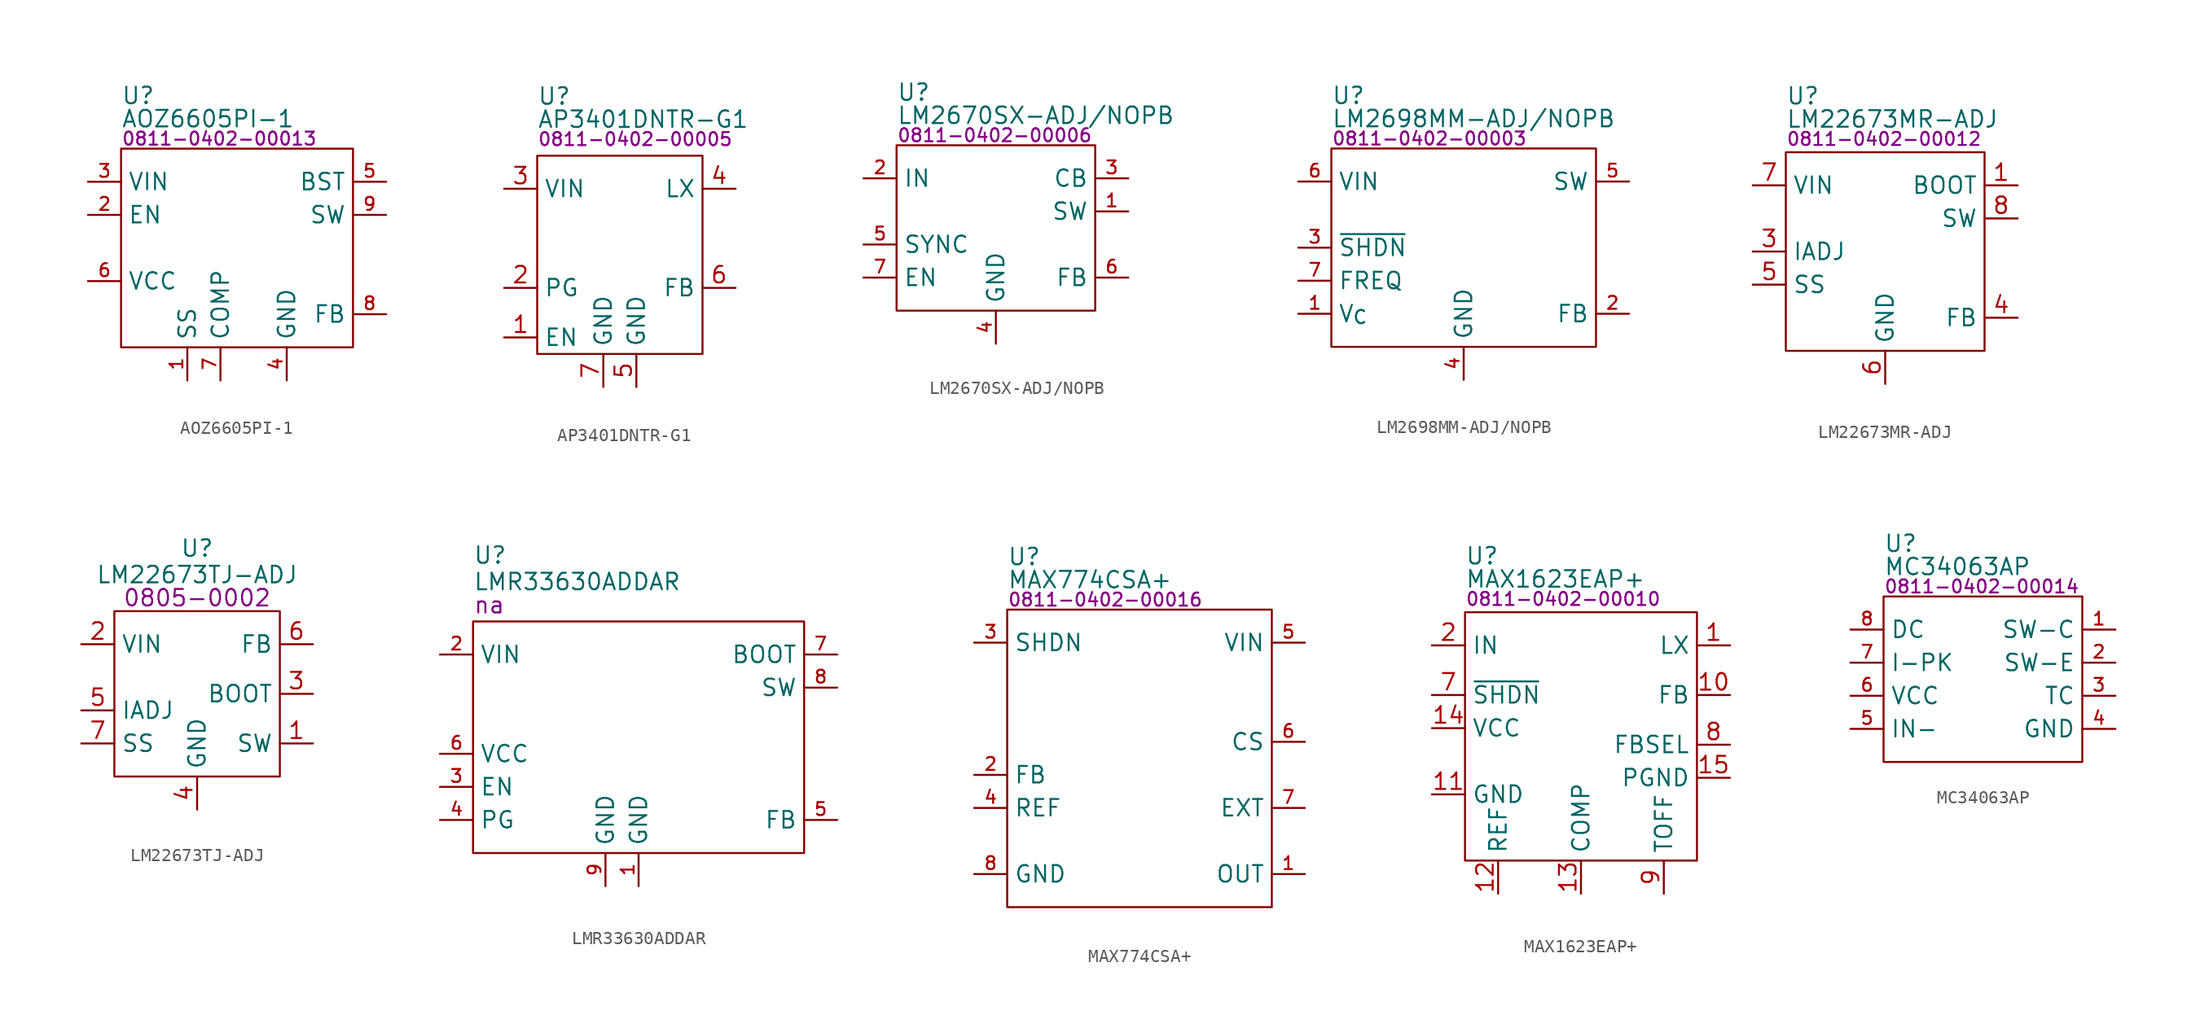
<source format=kicad_sym>
(kicad_symbol_lib
  (version 20231120)
  (generator "kicad_symbol_editor")
  (generator_version "8.0")
  (symbol "AOZ6605PI-1"
    (property "Reference" "U"
      (at 0 4.064 0)
      (effects (font (size 1.27 1.27)) (justify left)))
    (property "Value" "AOZ6605PI-1"
      (at 0 2.286 0)
      (effects (font (size 1.27 1.27)) (justify left)))
    (property "PartNumber" "0811-0402-00013"
      (at 0 0.762 0)
      (effects (font (size 1 1)) (justify left)))
    (symbol "AOZ6605PI-1_0_0"
      (pin input line (at 5.08 -17.78 90) (length 2.54) (name "SS" (effects (font (size 1.27 1.27)))) (number "1" (effects (font (size 0.991 0.991)))))
      (pin input line (at -2.54 -5.08 0) (length 2.54) (name "EN" (effects (font (size 1.27 1.27)))) (number "2" (effects (font (size 0.991 0.991)))))
      (pin power_in line (at -2.54 -2.54 0) (length 2.54) (name "VIN" (effects (font (size 1.27 1.27)))) (number "3" (effects (font (size 0.991 0.991)))))
      (pin power_in line (at 12.7 -17.78 90) (length 2.54) (name "GND" (effects (font (size 1.27 1.27)))) (number "4" (effects (font (size 0.991 0.991)))))
      (pin input line (at 20.32 -2.54 180) (length 2.54) (name "BST" (effects (font (size 1.27 1.27)))) (number "5" (effects (font (size 0.991 0.991)))))
      (pin output line (at -2.54 -10.16 0) (length 2.54) (name "VCC" (effects (font (size 1.27 1.27)))) (number "6" (effects (font (size 0.991 0.991)))))
      (pin input line (at 7.62 -17.78 90) (length 2.54) (name "COMP" (effects (font (size 1.27 1.27)))) (number "7" (effects (font (size 0.991 0.991)))))
      (pin input line (at 20.32 -12.7 180) (length 2.54) (name "FB" (effects (font (size 1.27 1.27)))) (number "8" (effects (font (size 0.991 0.991)))))
      (pin power_out line (at 20.32 -5.08 180) (length 2.54) (name "SW" (effects (font (size 1.27 1.27)))) (number "9" (effects (font (size 0.991 0.991))))))
    (symbol "AOZ6605PI-1_0_1"
      (rectangle (start 0 0) (end 17.78 -15.24) (stroke (width 0) (type default)) (fill (type none)))))
  (symbol "AP3401DNTR-G1"
    (property "Reference" "U"
      (at 0 4.572 0)
      (effects (font (size 1.27 1.27)) (justify left)))
    (property "Value" "AP3401DNTR-G1"
      (at 0 2.794 0)
      (effects (font (size 1.27 1.27)) (justify left)))
    (property "PartNumber" "0811-0402-00005"
      (at 0 1.27 0)
      (effects (font (size 1 1)) (justify left)))
    (symbol "AP3401DNTR-G1_0_0"
      (pin input line (at -2.54 -13.97 0) (length 2.54) (name "EN" (effects (font (size 1.27 1.27)))) (number "1" (effects (font (size 1.27 1.27)))))
      (pin open_emitter line (at -2.54 -10.16 0) (length 2.54) (name "PG" (effects (font (size 1.27 1.27)))) (number "2" (effects (font (size 1.27 1.27)))))
      (pin power_in line (at -2.54 -2.54 0) (length 2.54) (name "VIN" (effects (font (size 1.27 1.27)))) (number "3" (effects (font (size 1.27 1.27)))))
      (pin power_out line (at 15.24 -2.54 180) (length 2.54) (name "LX" (effects (font (size 1.27 1.27)))) (number "4" (effects (font (size 1.27 1.27)))))
      (pin power_in line (at 7.62 -17.78 90) (length 2.54) (name "GND" (effects (font (size 1.27 1.27)))) (number "5" (effects (font (size 1.27 1.27)))))
      (pin input line (at 15.24 -10.16 180) (length 2.54) (name "FB" (effects (font (size 1.27 1.27)))) (number "6" (effects (font (size 1.27 1.27)))))
      (pin power_in line (at 5.08 -17.78 90) (length 2.54) (name "GND" (effects (font (size 1.27 1.27)))) (number "7" (effects (font (size 1.27 1.27))))))
    (symbol "AP3401DNTR-G1_0_1"
      (rectangle (start 0 0) (end 12.7 -15.24) (stroke (width 0) (type default)) (fill (type none)))))
  (symbol "LM2670SX-ADJ/NOPB"
    (property "Reference" "U"
      (at 0 4.064 0)
      (effects (font (size 1.27 1.27)) (justify left)))
    (property "Value" "LM2670SX-ADJ/NOPB"
      (at 0 2.286 0)
      (effects (font (size 1.27 1.27)) (justify left)))
    (property "PartNumber" "0811-0402-00006"
      (at 0 0.762 0)
      (effects (font (size 1 1)) (justify left)))
    (symbol "LM2670SX-ADJ/NOPB_0_0"
      (pin output line (at 17.78 -5.08 180) (length 2.54) (name "SW" (effects (font (size 1.27 1.27)))) (number "1" (effects (font (size 0.991 0.991)))))
      (pin power_in line (at -2.54 -2.54 0) (length 2.54) (name "IN" (effects (font (size 1.27 1.27)))) (number "2" (effects (font (size 0.991 0.991)))))
      (pin input line (at 17.78 -2.54 180) (length 2.54) (name "CB" (effects (font (size 1.27 1.27)))) (number "3" (effects (font (size 0.991 0.991)))))
      (pin power_in line (at 7.62 -15.24 90) (length 2.54) (name "GND" (effects (font (size 1.27 1.27)))) (number "4" (effects (font (size 0.991 0.991)))))
      (pin input line (at -2.54 -7.62 0) (length 2.54) (name "SYNC" (effects (font (size 1.27 1.27)))) (number "5" (effects (font (size 0.991 0.991)))))
      (pin input line (at 17.78 -10.16 180) (length 2.54) (name "FB" (effects (font (size 1.27 1.27)))) (number "6" (effects (font (size 0.991 0.991)))))
      (pin input line (at -2.54 -10.16 0) (length 2.54) (name "EN" (effects (font (size 1.27 1.27)))) (number "7" (effects (font (size 0.991 0.991))))))
    (symbol "LM2670SX-ADJ/NOPB_0_1"
      (rectangle (start 0 0) (end 15.24 -12.7) (stroke (width 0) (type default)) (fill (type none)))))
  (symbol "LM2698MM-ADJ/NOPB"
    (property "Reference" "U"
      (at 0 4.064 0)
      (effects (font (size 1.27 1.27)) (justify left)))
    (property "Value" "LM2698MM-ADJ/NOPB"
      (at 0 2.286 0)
      (effects (font (size 1.27 1.27)) (justify left)))
    (property "PartNumber" "0811-0402-00003"
      (at 0 0.762 0)
      (effects (font (size 1 1)) (justify left)))
    (symbol "LM2698MM-ADJ/NOPB_0_0"
      (pin input line (at -2.54 -12.7 0) (length 2.54) (name "V_{C}" (effects (font (size 1.27 1.27)))) (number "1" (effects (font (size 0.991 0.991)))))
      (pin input line (at 22.86 -12.7 180) (length 2.54) (name "FB" (effects (font (size 1.27 1.27)))) (number "2" (effects (font (size 0.991 0.991)))))
      (pin input line (at -2.54 -7.62 0) (length 2.54) (name "~{SHDN}" (effects (font (size 1.27 1.27)))) (number "3" (effects (font (size 0.991 0.991)))))
      (pin power_in line (at 10.16 -17.78 90) (length 2.54) (name "GND" (effects (font (size 1.27 1.27)))) (number "4" (effects (font (size 0.991 0.991)))))
      (pin output line (at 22.86 -2.54 180) (length 2.54) (name "SW" (effects (font (size 1.27 1.27)))) (number "5" (effects (font (size 0.991 0.991)))))
      (pin power_in line (at -2.54 -2.54 0) (length 2.54) (name "VIN" (effects (font (size 1.27 1.27)))) (number "6" (effects (font (size 0.991 0.991)))))
      (pin input line (at -2.54 -10.16 0) (length 2.54) (name "FREQ" (effects (font (size 1.27 1.27)))) (number "7" (effects (font (size 0.991 0.991)))))
      (pin passive line (at 10.16 -17.78 90) (length 2.54) hide (name "GND" (effects (font (size 1.27 1.27)))) (number "8" (effects (font (size 0.991 0.991))))))
    (symbol "LM2698MM-ADJ/NOPB_0_1"
      (rectangle (start 0 0) (end 20.32 -15.24) (stroke (width 0) (type default)) (fill (type none)))))
  (symbol "LM22673MR-ADJ"
    (property "Reference" "U"
      (at -7.62 4.318 0)
      (effects (font (size 1.27 1.27)) (justify left)))
    (property "Value" "LM22673MR-ADJ"
      (at -7.62 2.54 0)
      (effects (font (size 1.27 1.27)) (justify left)))
    (property "PartNumber" "0811-0402-00012"
      (at -7.62 1.016 0)
      (effects (font (size 1 1)) (justify left)))
    (symbol "LM22673MR-ADJ_0_0"
      (pin power_in line (at 10.16 -2.54 180) (length 2.54) (name "BOOT" (effects (font (size 1.27 1.27)))) (number "1" (effects (font (size 1.27 1.27)))))
      (pin input line (at -10.16 -7.62 0) (length 2.54) (name "IADJ" (effects (font (size 1.27 1.27)))) (number "3" (effects (font (size 1.27 1.27)))))
      (pin input line (at 10.16 -12.7 180) (length 2.54) (name "FB" (effects (font (size 1.27 1.27)))) (number "4" (effects (font (size 1.27 1.27)))))
      (pin input line (at -10.16 -10.16 0) (length 2.54) (name "SS" (effects (font (size 1.27 1.27)))) (number "5" (effects (font (size 1.27 1.27)))))
      (pin power_in line (at 0 -17.78 90) (length 2.54) (name "GND" (effects (font (size 1.27 1.27)))) (number "6" (effects (font (size 1.27 1.27)))))
      (pin power_in line (at -10.16 -2.54 0) (length 2.54) (name "VIN" (effects (font (size 1.27 1.27)))) (number "7" (effects (font (size 1.27 1.27)))))
      (pin open_collector line (at 10.16 -5.08 180) (length 2.54) (name "SW" (effects (font (size 1.27 1.27)))) (number "8" (effects (font (size 1.27 1.27)))))
      (pin power_in line (at 0 -17.78 90) (length 2.54) hide (name "GND" (effects (font (size 1.27 1.27)))) (number "9" (effects (font (size 1.27 1.27))))))
    (symbol "LM22673MR-ADJ_0_1"
      (rectangle (start -7.62 0) (end 7.62 -15.24) (stroke (width 0) (type default)) (fill (type none))))
    (symbol "LM22673MR-ADJ_1_0"
      (pin no_connect line (at 0 -5.08 270) (length 2.54) hide (name "NC" (effects (font (size 1.27 1.27)))) (number "2" (effects (font (size 1.27 1.27)))))))
  (symbol "LM22673TJ-ADJ"
    (property "Reference" "U"
      (at 0 4.826 0)
      (effects (font (size 1.27 1.27))))
    (property "Value" "LM22673TJ-ADJ"
      (at 0 2.794 0)
      (effects (font (size 1.27 1.27))))
    (property "PartNumber" "0805-0002"
      (at 0 1.016 0)
      (effects (font (size 1.27 1.27))))
    (symbol "LM22673TJ-ADJ_0_0"
      (pin open_collector line (at 8.89 -10.16 180) (length 2.54) (name "SW" (effects (font (size 1.27 1.27)))) (number "1" (effects (font (size 1.27 1.27)))))
      (pin power_in line (at -8.89 -2.54 0) (length 2.54) (name "VIN" (effects (font (size 1.27 1.27)))) (number "2" (effects (font (size 1.27 1.27)))))
      (pin input line (at 8.89 -6.35 180) (length 2.54) (name "BOOT" (effects (font (size 1.27 1.27)))) (number "3" (effects (font (size 1.27 1.27)))))
      (pin power_in line (at 0 -15.24 90) (length 2.54) (name "GND" (effects (font (size 1.27 1.27)))) (number "4" (effects (font (size 1.27 1.27)))))
      (pin input line (at -8.89 -7.62 0) (length 2.54) (name "IADJ" (effects (font (size 1.27 1.27)))) (number "5" (effects (font (size 1.27 1.27)))))
      (pin input line (at 8.89 -2.54 180) (length 2.54) (name "FB" (effects (font (size 1.27 1.27)))) (number "6" (effects (font (size 1.27 1.27)))))
      (pin input line (at -8.89 -10.16 0) (length 2.54) (name "SS" (effects (font (size 1.27 1.27)))) (number "7" (effects (font (size 1.27 1.27))))))
    (symbol "LM22673TJ-ADJ_0_1"
      (rectangle (start -6.35 0) (end 6.35 -12.7) (stroke (width 0) (type default)) (fill (type none)))))
  (symbol "LMR33630ADDAR"
    (property "Reference" "U"
      (at 0 5.08 0)
      (effects (font (size 1.27 1.27)) (justify left)))
    (property "Value" "LMR33630ADDAR"
      (at 0 3.048 0)
      (effects (font (size 1.27 1.27)) (justify left)))
    (property "PartNumber" "na"
      (at 0 1.27 0)
      (effects (font (size 1.27 1.27)) (justify left)))
    (symbol "LMR33630ADDAR_0_0"
      (pin power_in line (at -2.54 -2.54 0) (length 2.54) (name "VIN" (effects (font (size 1.27 1.27)))) (number "2" (effects (font (size 0.991 0.991)))))
      (pin input line (at -2.54 -12.7 0) (length 2.54) (name "EN" (effects (font (size 1.27 1.27)))) (number "3" (effects (font (size 0.991 0.991)))))
      (pin output line (at -2.54 -15.24 0) (length 2.54) (name "PG" (effects (font (size 1.27 1.27)))) (number "4" (effects (font (size 0.991 0.991)))))
      (pin input line (at 27.94 -15.24 180) (length 2.54) (name "FB" (effects (font (size 1.27 1.27)))) (number "5" (effects (font (size 0.991 0.991)))))
      (pin power_in line (at -2.54 -10.16 0) (length 2.54) (name "VCC" (effects (font (size 1.27 1.27)))) (number "6" (effects (font (size 0.991 0.991)))))
      (pin input line (at 27.94 -2.54 180) (length 2.54) (name "BOOT" (effects (font (size 1.27 1.27)))) (number "7" (effects (font (size 0.991 0.991)))))
      (pin output line (at 27.94 -5.08 180) (length 2.54) (name "SW" (effects (font (size 1.27 1.27)))) (number "8" (effects (font (size 0.991 0.991)))))
      (pin power_in line (at 10.16 -20.32 90) (length 2.54) (name "GND" (effects (font (size 1.27 1.27)))) (number "9" (effects (font (size 0.991 0.991))))))
    (symbol "LMR33630ADDAR_0_1"
      (rectangle (start 0 0) (end 25.4 -17.78) (stroke (width 0) (type default)) (fill (type none))))
    (symbol "LMR33630ADDAR_1_0"
      (pin power_in line (at 12.7 -20.32 90) (length 2.54) (name "GND" (effects (font (size 1.27 1.27)))) (number "1" (effects (font (size 0.991 0.991)))))))
  (symbol "MAX774CSA+"
    (property "Reference" "U"
      (at 0 4.064 0)
      (effects (font (size 1.27 1.27)) (justify left)))
    (property "Value" "MAX774CSA+"
      (at 0 2.286 0)
      (effects (font (size 1.27 1.27)) (justify left)))
    (property "PartNumber" "0811-0402-00016"
      (at 0 0.762 0)
      (effects (font (size 1 1)) (justify left)))
    (symbol "MAX774CSA+_0_0"
      (pin power_in line (at 22.86 -20.32 180) (length 2.54) (name "OUT" (effects (font (size 1.27 1.27)))) (number "1" (effects (font (size 0.991 0.991)))))
      (pin input line (at -2.54 -12.7 0) (length 2.54) (name "FB" (effects (font (size 1.27 1.27)))) (number "2" (effects (font (size 0.991 0.991)))))
      (pin input line (at -2.54 -2.54 0) (length 2.54) (name "SHDN" (effects (font (size 1.27 1.27)))) (number "3" (effects (font (size 0.991 0.991)))))
      (pin input line (at -2.54 -15.24 0) (length 2.54) (name "REF" (effects (font (size 1.27 1.27)))) (number "4" (effects (font (size 0.991 0.991)))))
      (pin input line (at 22.86 -10.16 180) (length 2.54) (name "CS" (effects (font (size 1.27 1.27)))) (number "6" (effects (font (size 0.991 0.991)))))
      (pin input line (at 22.86 -15.24 180) (length 2.54) (name "EXT" (effects (font (size 1.27 1.27)))) (number "7" (effects (font (size 0.991 0.991)))))
      (pin power_in line (at -2.54 -20.32 0) (length 2.54) (name "GND" (effects (font (size 1.27 1.27)))) (number "8" (effects (font (size 0.991 0.991))))))
    (symbol "MAX774CSA+_0_1"
      (rectangle (start 0 0) (end 20.32 -22.86) (stroke (width 0) (type default)) (fill (type none))))
    (symbol "MAX774CSA+_1_0"
      (pin power_in line (at 22.86 -2.54 180) (length 2.54) (name "VIN" (effects (font (size 1.27 1.27)))) (number "5" (effects (font (size 0.991 0.991)))))))
  (symbol "MAX1623EAP+"
    (property "Reference" "U"
      (at 0 4.318 0)
      (effects (font (size 1.27 1.27)) (justify left)))
    (property "Value" "MAX1623EAP+"
      (at 0 2.54 0)
      (effects (font (size 1.27 1.27)) (justify left)))
    (property "PartNumber" "0811-0402-00010"
      (at 0 1.016 0)
      (effects (font (size 1 1)) (justify left)))
    (symbol "MAX1623EAP+_0_0"
      (pin unspecified line (at 20.32 -2.54 180) (length 2.54) (name "LX" (effects (font (size 1.27 1.27)))) (number "1" (effects (font (size 1.27 1.27)))))
      (pin unspecified line (at 20.32 -6.35 180) (length 2.54) (name "FB" (effects (font (size 1.27 1.27)))) (number "10" (effects (font (size 1.27 1.27)))))
      (pin unspecified line (at -2.54 -13.97 0) (length 2.54) (name "GND" (effects (font (size 1.27 1.27)))) (number "11" (effects (font (size 1.27 1.27)))))
      (pin unspecified line (at 2.54 -21.59 90) (length 2.54) (name "REF" (effects (font (size 1.27 1.27)))) (number "12" (effects (font (size 1.27 1.27)))))
      (pin unspecified line (at 8.89 -21.59 90) (length 2.54) (name "COMP" (effects (font (size 1.27 1.27)))) (number "13" (effects (font (size 1.27 1.27)))))
      (pin unspecified line (at -2.54 -8.89 0) (length 2.54) (name "VCC" (effects (font (size 1.27 1.27)))) (number "14" (effects (font (size 1.27 1.27)))))
      (pin unspecified line (at 20.32 -12.7 180) (length 2.54) (name "PGND" (effects (font (size 1.27 1.27)))) (number "15" (effects (font (size 1.27 1.27)))))
      (pin unspecified line (at 20.32 -2.54 180) (length 2.54) hide (name "LX" (effects (font (size 1.27 1.27)))) (number "16" (effects (font (size 1.27 1.27)))))
      (pin unspecified line (at 20.32 -12.7 180) (length 2.54) hide (name "PGND" (effects (font (size 1.27 1.27)))) (number "17" (effects (font (size 1.27 1.27)))))
      (pin unspecified line (at 20.32 -2.54 180) (length 2.54) hide (name "LX" (effects (font (size 1.27 1.27)))) (number "18" (effects (font (size 1.27 1.27)))))
      (pin unspecified line (at 20.32 -12.7 180) (length 2.54) hide (name "PGND" (effects (font (size 1.27 1.27)))) (number "19" (effects (font (size 1.27 1.27)))))
      (pin unspecified line (at -2.54 -2.54 0) (length 2.54) (name "IN" (effects (font (size 1.27 1.27)))) (number "2" (effects (font (size 1.27 1.27)))))
      (pin unspecified line (at 20.32 -2.54 180) (length 2.54) hide (name "LX" (effects (font (size 1.27 1.27)))) (number "20" (effects (font (size 1.27 1.27)))))
      (pin unspecified line (at 20.32 -2.54 180) (length 2.54) hide (name "LX" (effects (font (size 1.27 1.27)))) (number "3" (effects (font (size 1.27 1.27)))))
      (pin unspecified line (at -2.54 -2.54 0) (length 2.54) hide (name "IN" (effects (font (size 1.27 1.27)))) (number "4" (effects (font (size 1.27 1.27)))))
      (pin unspecified line (at 20.32 -2.54 180) (length 2.54) hide (name "LX" (effects (font (size 1.27 1.27)))) (number "5" (effects (font (size 1.27 1.27)))))
      (pin unspecified line (at -2.54 -2.54 0) (length 2.54) hide (name "IN" (effects (font (size 1.27 1.27)))) (number "6" (effects (font (size 1.27 1.27)))))
      (pin unspecified line (at -2.54 -6.35 0) (length 2.54) (name "~{SHDN}" (effects (font (size 1.27 1.27)))) (number "7" (effects (font (size 1.27 1.27)))))
      (pin unspecified line (at 20.32 -10.16 180) (length 2.54) (name "FBSEL" (effects (font (size 1.27 1.27)))) (number "8" (effects (font (size 1.27 1.27)))))
      (pin unspecified line (at 15.24 -21.59 90) (length 2.54) (name "TOFF" (effects (font (size 1.27 1.27)))) (number "9" (effects (font (size 1.27 1.27))))))
    (symbol "MAX1623EAP+_0_1"
      (rectangle (start 0 0) (end 17.78 -19.05) (stroke (width 0) (type default)) (fill (type none)))))
  (symbol "MC34063AP"
    (property "Reference" "U"
      (at 0 4.064 0)
      (effects (font (size 1.27 1.27)) (justify left)))
    (property "Value" "MC34063AP"
      (at 0 2.286 0)
      (effects (font (size 1.27 1.27)) (justify left)))
    (property "PartNumber" "0811-0402-00014"
      (at 0 0.762 0)
      (effects (font (size 1 1)) (justify left)))
    (symbol "MC34063AP_0_0"
      (pin bidirectional line (at 17.78 -2.54 180) (length 2.54) (name "SW-C" (effects (font (size 1.27 1.27)))) (number "1" (effects (font (size 0.991 0.991)))))
      (pin bidirectional line (at 17.78 -5.08 180) (length 2.54) (name "SW-E" (effects (font (size 1.27 1.27)))) (number "2" (effects (font (size 0.991 0.991)))))
      (pin bidirectional line (at 17.78 -7.62 180) (length 2.54) (name "TC" (effects (font (size 1.27 1.27)))) (number "3" (effects (font (size 0.991 0.991)))))
      (pin power_in line (at 17.78 -10.16 180) (length 2.54) (name "GND" (effects (font (size 1.27 1.27)))) (number "4" (effects (font (size 0.991 0.991)))))
      (pin input line (at -2.54 -10.16 0) (length 2.54) (name "IN-" (effects (font (size 1.27 1.27)))) (number "5" (effects (font (size 0.991 0.991)))))
      (pin power_in line (at -2.54 -7.62 0) (length 2.54) (name "VCC" (effects (font (size 1.27 1.27)))) (number "6" (effects (font (size 0.991 0.991)))))
      (pin input line (at -2.54 -5.08 0) (length 2.54) (name "I-PK" (effects (font (size 1.27 1.27)))) (number "7" (effects (font (size 0.991 0.991)))))
      (pin bidirectional line (at -2.54 -2.54 0) (length 2.54) (name "DC" (effects (font (size 1.27 1.27)))) (number "8" (effects (font (size 0.991 0.991))))))
    (symbol "MC34063AP_0_1"
      (rectangle (start 0 0) (end 15.24 -12.7) (stroke (width 0) (type default)) (fill (type none))))))
</source>
